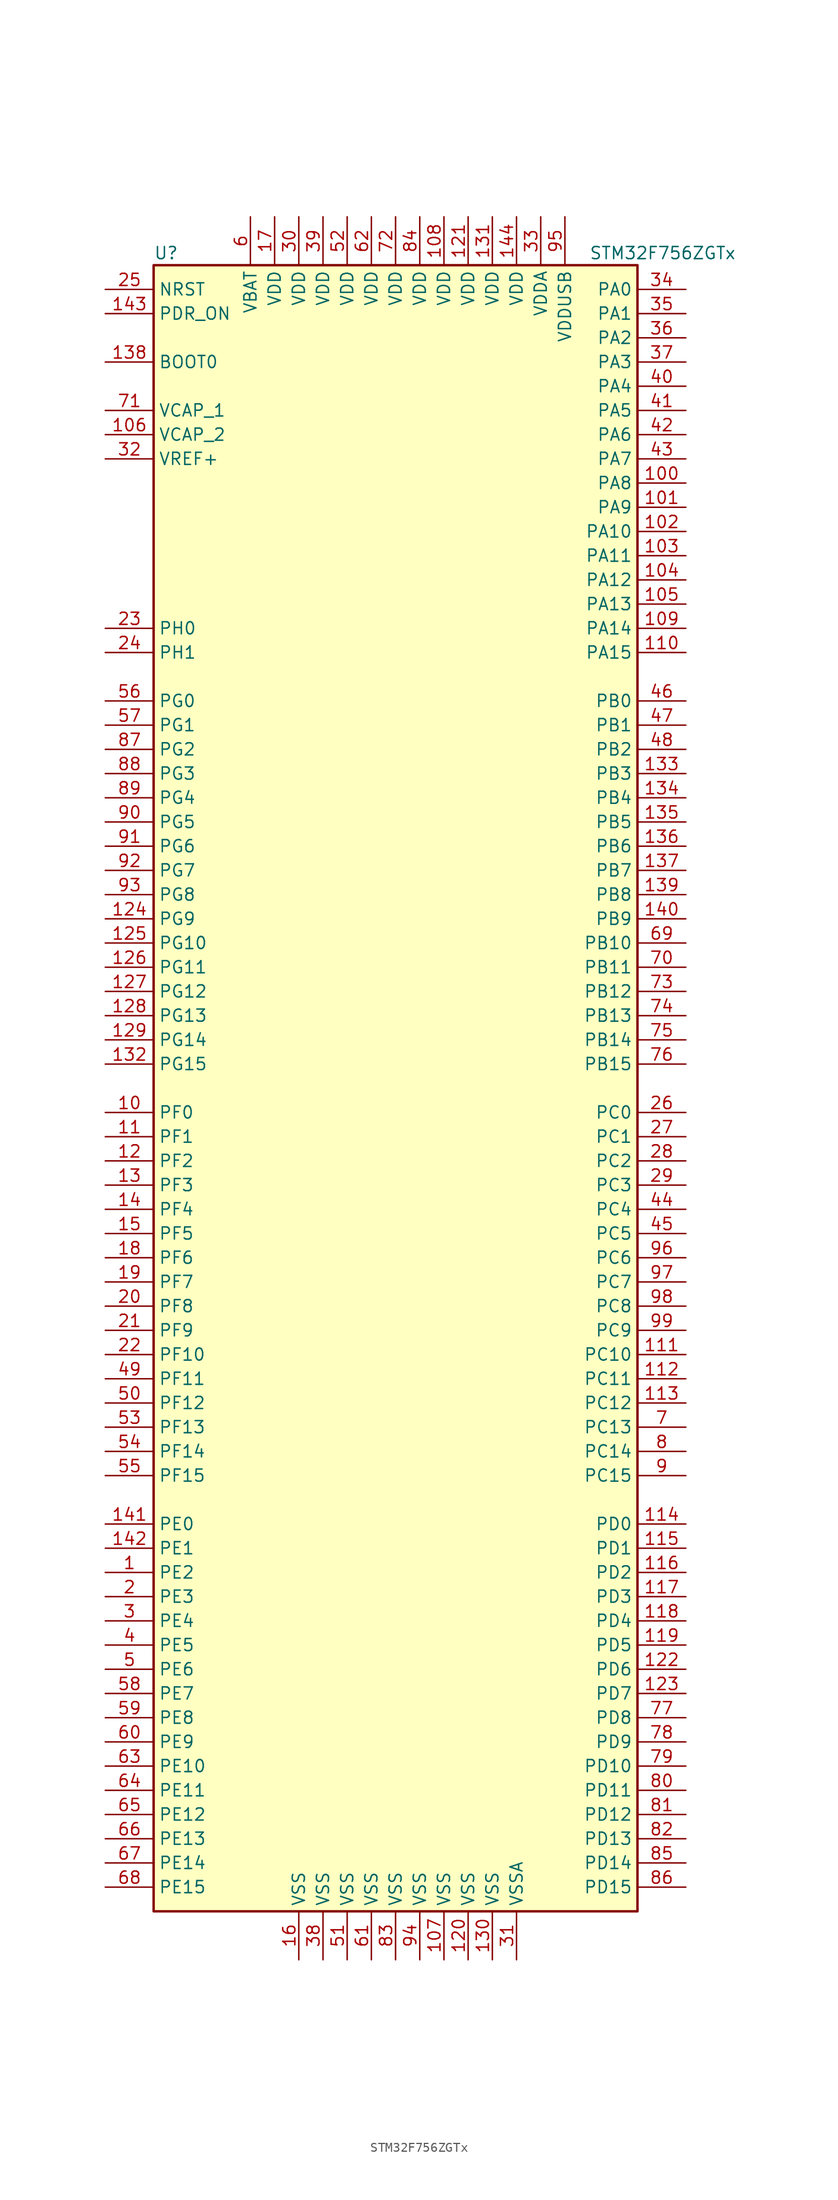
<source format=kicad_sym>
(kicad_symbol_lib
  (version 20201005)
  (generator kicad_symbol_editor)
  (symbol "MCU_ST_STM32F7:STM32F756ZGTx"
    (property "Reference" "U"
      (at -25.4 87.63 0)
      (effects (font (size 1.27 1.27)) (justify left)))
    (property "Value" "STM32F756ZGTx"
      (at 20.32 87.63 0)
      (effects (font (size 1.27 1.27)) (justify left)))
    (symbol "STM32F756ZGTx_0_1"
      (rectangle (start -25.4 -86.36) (end 25.4 86.36) (stroke (width 0.254)) (fill (type background))))
    (symbol "STM32F756ZGTx_1_1"
      (pin input line (at -30.48 76.2 0) (length 5.08) (name "BOOT0" (effects (font (size 1.27 1.27)))) (number "138" (effects (font (size 1.27 1.27)))))
      (pin input line (at -30.48 83.82 0) (length 5.08) (name "NRST" (effects (font (size 1.27 1.27)))) (number "25" (effects (font (size 1.27 1.27)))))
      (pin bidirectional line (at 30.48 83.82 180) (length 5.08) (name "PA0" (effects (font (size 1.27 1.27)))) (number "34" (effects (font (size 1.27 1.27)))))
      (pin bidirectional line (at 30.48 81.28 180) (length 5.08) (name "PA1" (effects (font (size 1.27 1.27)))) (number "35" (effects (font (size 1.27 1.27)))))
      (pin bidirectional line (at 30.48 58.42 180) (length 5.08) (name "PA10" (effects (font (size 1.27 1.27)))) (number "102" (effects (font (size 1.27 1.27)))))
      (pin bidirectional line (at 30.48 55.88 180) (length 5.08) (name "PA11" (effects (font (size 1.27 1.27)))) (number "103" (effects (font (size 1.27 1.27)))))
      (pin bidirectional line (at 30.48 53.34 180) (length 5.08) (name "PA12" (effects (font (size 1.27 1.27)))) (number "104" (effects (font (size 1.27 1.27)))))
      (pin bidirectional line (at 30.48 50.8 180) (length 5.08) (name "PA13" (effects (font (size 1.27 1.27)))) (number "105" (effects (font (size 1.27 1.27)))))
      (pin bidirectional line (at 30.48 48.26 180) (length 5.08) (name "PA14" (effects (font (size 1.27 1.27)))) (number "109" (effects (font (size 1.27 1.27)))))
      (pin bidirectional line (at 30.48 45.72 180) (length 5.08) (name "PA15" (effects (font (size 1.27 1.27)))) (number "110" (effects (font (size 1.27 1.27)))))
      (pin bidirectional line (at 30.48 78.74 180) (length 5.08) (name "PA2" (effects (font (size 1.27 1.27)))) (number "36" (effects (font (size 1.27 1.27)))))
      (pin bidirectional line (at 30.48 76.2 180) (length 5.08) (name "PA3" (effects (font (size 1.27 1.27)))) (number "37" (effects (font (size 1.27 1.27)))))
      (pin bidirectional line (at 30.48 73.66 180) (length 5.08) (name "PA4" (effects (font (size 1.27 1.27)))) (number "40" (effects (font (size 1.27 1.27)))))
      (pin bidirectional line (at 30.48 71.12 180) (length 5.08) (name "PA5" (effects (font (size 1.27 1.27)))) (number "41" (effects (font (size 1.27 1.27)))))
      (pin bidirectional line (at 30.48 68.58 180) (length 5.08) (name "PA6" (effects (font (size 1.27 1.27)))) (number "42" (effects (font (size 1.27 1.27)))))
      (pin bidirectional line (at 30.48 66.04 180) (length 5.08) (name "PA7" (effects (font (size 1.27 1.27)))) (number "43" (effects (font (size 1.27 1.27)))))
      (pin bidirectional line (at 30.48 63.5 180) (length 5.08) (name "PA8" (effects (font (size 1.27 1.27)))) (number "100" (effects (font (size 1.27 1.27)))))
      (pin bidirectional line (at 30.48 60.96 180) (length 5.08) (name "PA9" (effects (font (size 1.27 1.27)))) (number "101" (effects (font (size 1.27 1.27)))))
      (pin bidirectional line (at 30.48 40.64 180) (length 5.08) (name "PB0" (effects (font (size 1.27 1.27)))) (number "46" (effects (font (size 1.27 1.27)))))
      (pin bidirectional line (at 30.48 38.1 180) (length 5.08) (name "PB1" (effects (font (size 1.27 1.27)))) (number "47" (effects (font (size 1.27 1.27)))))
      (pin bidirectional line (at 30.48 15.24 180) (length 5.08) (name "PB10" (effects (font (size 1.27 1.27)))) (number "69" (effects (font (size 1.27 1.27)))))
      (pin bidirectional line (at 30.48 12.7 180) (length 5.08) (name "PB11" (effects (font (size 1.27 1.27)))) (number "70" (effects (font (size 1.27 1.27)))))
      (pin bidirectional line (at 30.48 10.16 180) (length 5.08) (name "PB12" (effects (font (size 1.27 1.27)))) (number "73" (effects (font (size 1.27 1.27)))))
      (pin bidirectional line (at 30.48 7.62 180) (length 5.08) (name "PB13" (effects (font (size 1.27 1.27)))) (number "74" (effects (font (size 1.27 1.27)))))
      (pin bidirectional line (at 30.48 5.08 180) (length 5.08) (name "PB14" (effects (font (size 1.27 1.27)))) (number "75" (effects (font (size 1.27 1.27)))))
      (pin bidirectional line (at 30.48 2.54 180) (length 5.08) (name "PB15" (effects (font (size 1.27 1.27)))) (number "76" (effects (font (size 1.27 1.27)))))
      (pin bidirectional line (at 30.48 35.56 180) (length 5.08) (name "PB2" (effects (font (size 1.27 1.27)))) (number "48" (effects (font (size 1.27 1.27)))))
      (pin bidirectional line (at 30.48 33.02 180) (length 5.08) (name "PB3" (effects (font (size 1.27 1.27)))) (number "133" (effects (font (size 1.27 1.27)))))
      (pin bidirectional line (at 30.48 30.48 180) (length 5.08) (name "PB4" (effects (font (size 1.27 1.27)))) (number "134" (effects (font (size 1.27 1.27)))))
      (pin bidirectional line (at 30.48 27.94 180) (length 5.08) (name "PB5" (effects (font (size 1.27 1.27)))) (number "135" (effects (font (size 1.27 1.27)))))
      (pin bidirectional line (at 30.48 25.4 180) (length 5.08) (name "PB6" (effects (font (size 1.27 1.27)))) (number "136" (effects (font (size 1.27 1.27)))))
      (pin bidirectional line (at 30.48 22.86 180) (length 5.08) (name "PB7" (effects (font (size 1.27 1.27)))) (number "137" (effects (font (size 1.27 1.27)))))
      (pin bidirectional line (at 30.48 20.32 180) (length 5.08) (name "PB8" (effects (font (size 1.27 1.27)))) (number "139" (effects (font (size 1.27 1.27)))))
      (pin bidirectional line (at 30.48 17.78 180) (length 5.08) (name "PB9" (effects (font (size 1.27 1.27)))) (number "140" (effects (font (size 1.27 1.27)))))
      (pin bidirectional line (at 30.48 -2.54 180) (length 5.08) (name "PC0" (effects (font (size 1.27 1.27)))) (number "26" (effects (font (size 1.27 1.27)))))
      (pin bidirectional line (at 30.48 -5.08 180) (length 5.08) (name "PC1" (effects (font (size 1.27 1.27)))) (number "27" (effects (font (size 1.27 1.27)))))
      (pin bidirectional line (at 30.48 -27.94 180) (length 5.08) (name "PC10" (effects (font (size 1.27 1.27)))) (number "111" (effects (font (size 1.27 1.27)))))
      (pin bidirectional line (at 30.48 -30.48 180) (length 5.08) (name "PC11" (effects (font (size 1.27 1.27)))) (number "112" (effects (font (size 1.27 1.27)))))
      (pin bidirectional line (at 30.48 -33.02 180) (length 5.08) (name "PC12" (effects (font (size 1.27 1.27)))) (number "113" (effects (font (size 1.27 1.27)))))
      (pin bidirectional line (at 30.48 -35.56 180) (length 5.08) (name "PC13" (effects (font (size 1.27 1.27)))) (number "7" (effects (font (size 1.27 1.27)))))
      (pin bidirectional line (at 30.48 -38.1 180) (length 5.08) (name "PC14" (effects (font (size 1.27 1.27)))) (number "8" (effects (font (size 1.27 1.27)))))
      (pin bidirectional line (at 30.48 -40.64 180) (length 5.08) (name "PC15" (effects (font (size 1.27 1.27)))) (number "9" (effects (font (size 1.27 1.27)))))
      (pin bidirectional line (at 30.48 -7.62 180) (length 5.08) (name "PC2" (effects (font (size 1.27 1.27)))) (number "28" (effects (font (size 1.27 1.27)))))
      (pin bidirectional line (at 30.48 -10.16 180) (length 5.08) (name "PC3" (effects (font (size 1.27 1.27)))) (number "29" (effects (font (size 1.27 1.27)))))
      (pin bidirectional line (at 30.48 -12.7 180) (length 5.08) (name "PC4" (effects (font (size 1.27 1.27)))) (number "44" (effects (font (size 1.27 1.27)))))
      (pin bidirectional line (at 30.48 -15.24 180) (length 5.08) (name "PC5" (effects (font (size 1.27 1.27)))) (number "45" (effects (font (size 1.27 1.27)))))
      (pin bidirectional line (at 30.48 -17.78 180) (length 5.08) (name "PC6" (effects (font (size 1.27 1.27)))) (number "96" (effects (font (size 1.27 1.27)))))
      (pin bidirectional line (at 30.48 -20.32 180) (length 5.08) (name "PC7" (effects (font (size 1.27 1.27)))) (number "97" (effects (font (size 1.27 1.27)))))
      (pin bidirectional line (at 30.48 -22.86 180) (length 5.08) (name "PC8" (effects (font (size 1.27 1.27)))) (number "98" (effects (font (size 1.27 1.27)))))
      (pin bidirectional line (at 30.48 -25.4 180) (length 5.08) (name "PC9" (effects (font (size 1.27 1.27)))) (number "99" (effects (font (size 1.27 1.27)))))
      (pin bidirectional line (at 30.48 -45.72 180) (length 5.08) (name "PD0" (effects (font (size 1.27 1.27)))) (number "114" (effects (font (size 1.27 1.27)))))
      (pin bidirectional line (at 30.48 -48.26 180) (length 5.08) (name "PD1" (effects (font (size 1.27 1.27)))) (number "115" (effects (font (size 1.27 1.27)))))
      (pin bidirectional line (at 30.48 -71.12 180) (length 5.08) (name "PD10" (effects (font (size 1.27 1.27)))) (number "79" (effects (font (size 1.27 1.27)))))
      (pin bidirectional line (at 30.48 -73.66 180) (length 5.08) (name "PD11" (effects (font (size 1.27 1.27)))) (number "80" (effects (font (size 1.27 1.27)))))
      (pin bidirectional line (at 30.48 -76.2 180) (length 5.08) (name "PD12" (effects (font (size 1.27 1.27)))) (number "81" (effects (font (size 1.27 1.27)))))
      (pin bidirectional line (at 30.48 -78.74 180) (length 5.08) (name "PD13" (effects (font (size 1.27 1.27)))) (number "82" (effects (font (size 1.27 1.27)))))
      (pin bidirectional line (at 30.48 -81.28 180) (length 5.08) (name "PD14" (effects (font (size 1.27 1.27)))) (number "85" (effects (font (size 1.27 1.27)))))
      (pin bidirectional line (at 30.48 -83.82 180) (length 5.08) (name "PD15" (effects (font (size 1.27 1.27)))) (number "86" (effects (font (size 1.27 1.27)))))
      (pin bidirectional line (at 30.48 -50.8 180) (length 5.08) (name "PD2" (effects (font (size 1.27 1.27)))) (number "116" (effects (font (size 1.27 1.27)))))
      (pin bidirectional line (at 30.48 -53.34 180) (length 5.08) (name "PD3" (effects (font (size 1.27 1.27)))) (number "117" (effects (font (size 1.27 1.27)))))
      (pin bidirectional line (at 30.48 -55.88 180) (length 5.08) (name "PD4" (effects (font (size 1.27 1.27)))) (number "118" (effects (font (size 1.27 1.27)))))
      (pin bidirectional line (at 30.48 -58.42 180) (length 5.08) (name "PD5" (effects (font (size 1.27 1.27)))) (number "119" (effects (font (size 1.27 1.27)))))
      (pin bidirectional line (at 30.48 -60.96 180) (length 5.08) (name "PD6" (effects (font (size 1.27 1.27)))) (number "122" (effects (font (size 1.27 1.27)))))
      (pin bidirectional line (at 30.48 -63.5 180) (length 5.08) (name "PD7" (effects (font (size 1.27 1.27)))) (number "123" (effects (font (size 1.27 1.27)))))
      (pin bidirectional line (at 30.48 -66.04 180) (length 5.08) (name "PD8" (effects (font (size 1.27 1.27)))) (number "77" (effects (font (size 1.27 1.27)))))
      (pin bidirectional line (at 30.48 -68.58 180) (length 5.08) (name "PD9" (effects (font (size 1.27 1.27)))) (number "78" (effects (font (size 1.27 1.27)))))
      (pin input line (at -30.48 81.28 0) (length 5.08) (name "PDR_ON" (effects (font (size 1.27 1.27)))) (number "143" (effects (font (size 1.27 1.27)))))
      (pin bidirectional line (at -30.48 -45.72 0) (length 5.08) (name "PE0" (effects (font (size 1.27 1.27)))) (number "141" (effects (font (size 1.27 1.27)))))
      (pin bidirectional line (at -30.48 -48.26 0) (length 5.08) (name "PE1" (effects (font (size 1.27 1.27)))) (number "142" (effects (font (size 1.27 1.27)))))
      (pin bidirectional line (at -30.48 -71.12 0) (length 5.08) (name "PE10" (effects (font (size 1.27 1.27)))) (number "63" (effects (font (size 1.27 1.27)))))
      (pin bidirectional line (at -30.48 -73.66 0) (length 5.08) (name "PE11" (effects (font (size 1.27 1.27)))) (number "64" (effects (font (size 1.27 1.27)))))
      (pin bidirectional line (at -30.48 -76.2 0) (length 5.08) (name "PE12" (effects (font (size 1.27 1.27)))) (number "65" (effects (font (size 1.27 1.27)))))
      (pin bidirectional line (at -30.48 -78.74 0) (length 5.08) (name "PE13" (effects (font (size 1.27 1.27)))) (number "66" (effects (font (size 1.27 1.27)))))
      (pin bidirectional line (at -30.48 -81.28 0) (length 5.08) (name "PE14" (effects (font (size 1.27 1.27)))) (number "67" (effects (font (size 1.27 1.27)))))
      (pin bidirectional line (at -30.48 -83.82 0) (length 5.08) (name "PE15" (effects (font (size 1.27 1.27)))) (number "68" (effects (font (size 1.27 1.27)))))
      (pin bidirectional line (at -30.48 -50.8 0) (length 5.08) (name "PE2" (effects (font (size 1.27 1.27)))) (number "1" (effects (font (size 1.27 1.27)))))
      (pin bidirectional line (at -30.48 -53.34 0) (length 5.08) (name "PE3" (effects (font (size 1.27 1.27)))) (number "2" (effects (font (size 1.27 1.27)))))
      (pin bidirectional line (at -30.48 -55.88 0) (length 5.08) (name "PE4" (effects (font (size 1.27 1.27)))) (number "3" (effects (font (size 1.27 1.27)))))
      (pin bidirectional line (at -30.48 -58.42 0) (length 5.08) (name "PE5" (effects (font (size 1.27 1.27)))) (number "4" (effects (font (size 1.27 1.27)))))
      (pin bidirectional line (at -30.48 -60.96 0) (length 5.08) (name "PE6" (effects (font (size 1.27 1.27)))) (number "5" (effects (font (size 1.27 1.27)))))
      (pin bidirectional line (at -30.48 -63.5 0) (length 5.08) (name "PE7" (effects (font (size 1.27 1.27)))) (number "58" (effects (font (size 1.27 1.27)))))
      (pin bidirectional line (at -30.48 -66.04 0) (length 5.08) (name "PE8" (effects (font (size 1.27 1.27)))) (number "59" (effects (font (size 1.27 1.27)))))
      (pin bidirectional line (at -30.48 -68.58 0) (length 5.08) (name "PE9" (effects (font (size 1.27 1.27)))) (number "60" (effects (font (size 1.27 1.27)))))
      (pin bidirectional line (at -30.48 -2.54 0) (length 5.08) (name "PF0" (effects (font (size 1.27 1.27)))) (number "10" (effects (font (size 1.27 1.27)))))
      (pin bidirectional line (at -30.48 -5.08 0) (length 5.08) (name "PF1" (effects (font (size 1.27 1.27)))) (number "11" (effects (font (size 1.27 1.27)))))
      (pin bidirectional line (at -30.48 -27.94 0) (length 5.08) (name "PF10" (effects (font (size 1.27 1.27)))) (number "22" (effects (font (size 1.27 1.27)))))
      (pin bidirectional line (at -30.48 -30.48 0) (length 5.08) (name "PF11" (effects (font (size 1.27 1.27)))) (number "49" (effects (font (size 1.27 1.27)))))
      (pin bidirectional line (at -30.48 -33.02 0) (length 5.08) (name "PF12" (effects (font (size 1.27 1.27)))) (number "50" (effects (font (size 1.27 1.27)))))
      (pin bidirectional line (at -30.48 -35.56 0) (length 5.08) (name "PF13" (effects (font (size 1.27 1.27)))) (number "53" (effects (font (size 1.27 1.27)))))
      (pin bidirectional line (at -30.48 -38.1 0) (length 5.08) (name "PF14" (effects (font (size 1.27 1.27)))) (number "54" (effects (font (size 1.27 1.27)))))
      (pin bidirectional line (at -30.48 -40.64 0) (length 5.08) (name "PF15" (effects (font (size 1.27 1.27)))) (number "55" (effects (font (size 1.27 1.27)))))
      (pin bidirectional line (at -30.48 -7.62 0) (length 5.08) (name "PF2" (effects (font (size 1.27 1.27)))) (number "12" (effects (font (size 1.27 1.27)))))
      (pin bidirectional line (at -30.48 -10.16 0) (length 5.08) (name "PF3" (effects (font (size 1.27 1.27)))) (number "13" (effects (font (size 1.27 1.27)))))
      (pin bidirectional line (at -30.48 -12.7 0) (length 5.08) (name "PF4" (effects (font (size 1.27 1.27)))) (number "14" (effects (font (size 1.27 1.27)))))
      (pin bidirectional line (at -30.48 -15.24 0) (length 5.08) (name "PF5" (effects (font (size 1.27 1.27)))) (number "15" (effects (font (size 1.27 1.27)))))
      (pin bidirectional line (at -30.48 -17.78 0) (length 5.08) (name "PF6" (effects (font (size 1.27 1.27)))) (number "18" (effects (font (size 1.27 1.27)))))
      (pin bidirectional line (at -30.48 -20.32 0) (length 5.08) (name "PF7" (effects (font (size 1.27 1.27)))) (number "19" (effects (font (size 1.27 1.27)))))
      (pin bidirectional line (at -30.48 -22.86 0) (length 5.08) (name "PF8" (effects (font (size 1.27 1.27)))) (number "20" (effects (font (size 1.27 1.27)))))
      (pin bidirectional line (at -30.48 -25.4 0) (length 5.08) (name "PF9" (effects (font (size 1.27 1.27)))) (number "21" (effects (font (size 1.27 1.27)))))
      (pin bidirectional line (at -30.48 40.64 0) (length 5.08) (name "PG0" (effects (font (size 1.27 1.27)))) (number "56" (effects (font (size 1.27 1.27)))))
      (pin bidirectional line (at -30.48 38.1 0) (length 5.08) (name "PG1" (effects (font (size 1.27 1.27)))) (number "57" (effects (font (size 1.27 1.27)))))
      (pin bidirectional line (at -30.48 15.24 0) (length 5.08) (name "PG10" (effects (font (size 1.27 1.27)))) (number "125" (effects (font (size 1.27 1.27)))))
      (pin bidirectional line (at -30.48 12.7 0) (length 5.08) (name "PG11" (effects (font (size 1.27 1.27)))) (number "126" (effects (font (size 1.27 1.27)))))
      (pin bidirectional line (at -30.48 10.16 0) (length 5.08) (name "PG12" (effects (font (size 1.27 1.27)))) (number "127" (effects (font (size 1.27 1.27)))))
      (pin bidirectional line (at -30.48 7.62 0) (length 5.08) (name "PG13" (effects (font (size 1.27 1.27)))) (number "128" (effects (font (size 1.27 1.27)))))
      (pin bidirectional line (at -30.48 5.08 0) (length 5.08) (name "PG14" (effects (font (size 1.27 1.27)))) (number "129" (effects (font (size 1.27 1.27)))))
      (pin bidirectional line (at -30.48 2.54 0) (length 5.08) (name "PG15" (effects (font (size 1.27 1.27)))) (number "132" (effects (font (size 1.27 1.27)))))
      (pin bidirectional line (at -30.48 35.56 0) (length 5.08) (name "PG2" (effects (font (size 1.27 1.27)))) (number "87" (effects (font (size 1.27 1.27)))))
      (pin bidirectional line (at -30.48 33.02 0) (length 5.08) (name "PG3" (effects (font (size 1.27 1.27)))) (number "88" (effects (font (size 1.27 1.27)))))
      (pin bidirectional line (at -30.48 30.48 0) (length 5.08) (name "PG4" (effects (font (size 1.27 1.27)))) (number "89" (effects (font (size 1.27 1.27)))))
      (pin bidirectional line (at -30.48 27.94 0) (length 5.08) (name "PG5" (effects (font (size 1.27 1.27)))) (number "90" (effects (font (size 1.27 1.27)))))
      (pin bidirectional line (at -30.48 25.4 0) (length 5.08) (name "PG6" (effects (font (size 1.27 1.27)))) (number "91" (effects (font (size 1.27 1.27)))))
      (pin bidirectional line (at -30.48 22.86 0) (length 5.08) (name "PG7" (effects (font (size 1.27 1.27)))) (number "92" (effects (font (size 1.27 1.27)))))
      (pin bidirectional line (at -30.48 20.32 0) (length 5.08) (name "PG8" (effects (font (size 1.27 1.27)))) (number "93" (effects (font (size 1.27 1.27)))))
      (pin bidirectional line (at -30.48 17.78 0) (length 5.08) (name "PG9" (effects (font (size 1.27 1.27)))) (number "124" (effects (font (size 1.27 1.27)))))
      (pin input line (at -30.48 48.26 0) (length 5.08) (name "PH0" (effects (font (size 1.27 1.27)))) (number "23" (effects (font (size 1.27 1.27)))))
      (pin input line (at -30.48 45.72 0) (length 5.08) (name "PH1" (effects (font (size 1.27 1.27)))) (number "24" (effects (font (size 1.27 1.27)))))
      (pin power_in line (at -15.24 91.44 270) (length 5.08) (name "VBAT" (effects (font (size 1.27 1.27)))) (number "6" (effects (font (size 1.27 1.27)))))
      (pin power_in line (at -30.48 71.12 0) (length 5.08) (name "VCAP_1" (effects (font (size 1.27 1.27)))) (number "71" (effects (font (size 1.27 1.27)))))
      (pin power_in line (at -30.48 68.58 0) (length 5.08) (name "VCAP_2" (effects (font (size 1.27 1.27)))) (number "106" (effects (font (size 1.27 1.27)))))
      (pin power_in line (at 5.08 91.44 270) (length 5.08) (name "VDD" (effects (font (size 1.27 1.27)))) (number "108" (effects (font (size 1.27 1.27)))))
      (pin power_in line (at 7.62 91.44 270) (length 5.08) (name "VDD" (effects (font (size 1.27 1.27)))) (number "121" (effects (font (size 1.27 1.27)))))
      (pin power_in line (at 10.16 91.44 270) (length 5.08) (name "VDD" (effects (font (size 1.27 1.27)))) (number "131" (effects (font (size 1.27 1.27)))))
      (pin power_in line (at 12.7 91.44 270) (length 5.08) (name "VDD" (effects (font (size 1.27 1.27)))) (number "144" (effects (font (size 1.27 1.27)))))
      (pin power_in line (at -12.7 91.44 270) (length 5.08) (name "VDD" (effects (font (size 1.27 1.27)))) (number "17" (effects (font (size 1.27 1.27)))))
      (pin power_in line (at -10.16 91.44 270) (length 5.08) (name "VDD" (effects (font (size 1.27 1.27)))) (number "30" (effects (font (size 1.27 1.27)))))
      (pin power_in line (at -7.62 91.44 270) (length 5.08) (name "VDD" (effects (font (size 1.27 1.27)))) (number "39" (effects (font (size 1.27 1.27)))))
      (pin power_in line (at -5.08 91.44 270) (length 5.08) (name "VDD" (effects (font (size 1.27 1.27)))) (number "52" (effects (font (size 1.27 1.27)))))
      (pin power_in line (at -2.54 91.44 270) (length 5.08) (name "VDD" (effects (font (size 1.27 1.27)))) (number "62" (effects (font (size 1.27 1.27)))))
      (pin power_in line (at 0 91.44 270) (length 5.08) (name "VDD" (effects (font (size 1.27 1.27)))) (number "72" (effects (font (size 1.27 1.27)))))
      (pin power_in line (at 2.54 91.44 270) (length 5.08) (name "VDD" (effects (font (size 1.27 1.27)))) (number "84" (effects (font (size 1.27 1.27)))))
      (pin power_in line (at 15.24 91.44 270) (length 5.08) (name "VDDA" (effects (font (size 1.27 1.27)))) (number "33" (effects (font (size 1.27 1.27)))))
      (pin power_in line (at 17.78 91.44 270) (length 5.08) (name "VDDUSB" (effects (font (size 1.27 1.27)))) (number "95" (effects (font (size 1.27 1.27)))))
      (pin power_in line (at -30.48 66.04 0) (length 5.08) (name "VREF+" (effects (font (size 1.27 1.27)))) (number "32" (effects (font (size 1.27 1.27)))))
      (pin power_in line (at 5.08 -91.44 90) (length 5.08) (name "VSS" (effects (font (size 1.27 1.27)))) (number "107" (effects (font (size 1.27 1.27)))))
      (pin power_in line (at 7.62 -91.44 90) (length 5.08) (name "VSS" (effects (font (size 1.27 1.27)))) (number "120" (effects (font (size 1.27 1.27)))))
      (pin power_in line (at 10.16 -91.44 90) (length 5.08) (name "VSS" (effects (font (size 1.27 1.27)))) (number "130" (effects (font (size 1.27 1.27)))))
      (pin power_in line (at -10.16 -91.44 90) (length 5.08) (name "VSS" (effects (font (size 1.27 1.27)))) (number "16" (effects (font (size 1.27 1.27)))))
      (pin power_in line (at -7.62 -91.44 90) (length 5.08) (name "VSS" (effects (font (size 1.27 1.27)))) (number "38" (effects (font (size 1.27 1.27)))))
      (pin power_in line (at -5.08 -91.44 90) (length 5.08) (name "VSS" (effects (font (size 1.27 1.27)))) (number "51" (effects (font (size 1.27 1.27)))))
      (pin power_in line (at -2.54 -91.44 90) (length 5.08) (name "VSS" (effects (font (size 1.27 1.27)))) (number "61" (effects (font (size 1.27 1.27)))))
      (pin power_in line (at 0 -91.44 90) (length 5.08) (name "VSS" (effects (font (size 1.27 1.27)))) (number "83" (effects (font (size 1.27 1.27)))))
      (pin power_in line (at 2.54 -91.44 90) (length 5.08) (name "VSS" (effects (font (size 1.27 1.27)))) (number "94" (effects (font (size 1.27 1.27)))))
      (pin power_in line (at 12.7 -91.44 90) (length 5.08) (name "VSSA" (effects (font (size 1.27 1.27)))) (number "31" (effects (font (size 1.27 1.27))))))))
</source>
